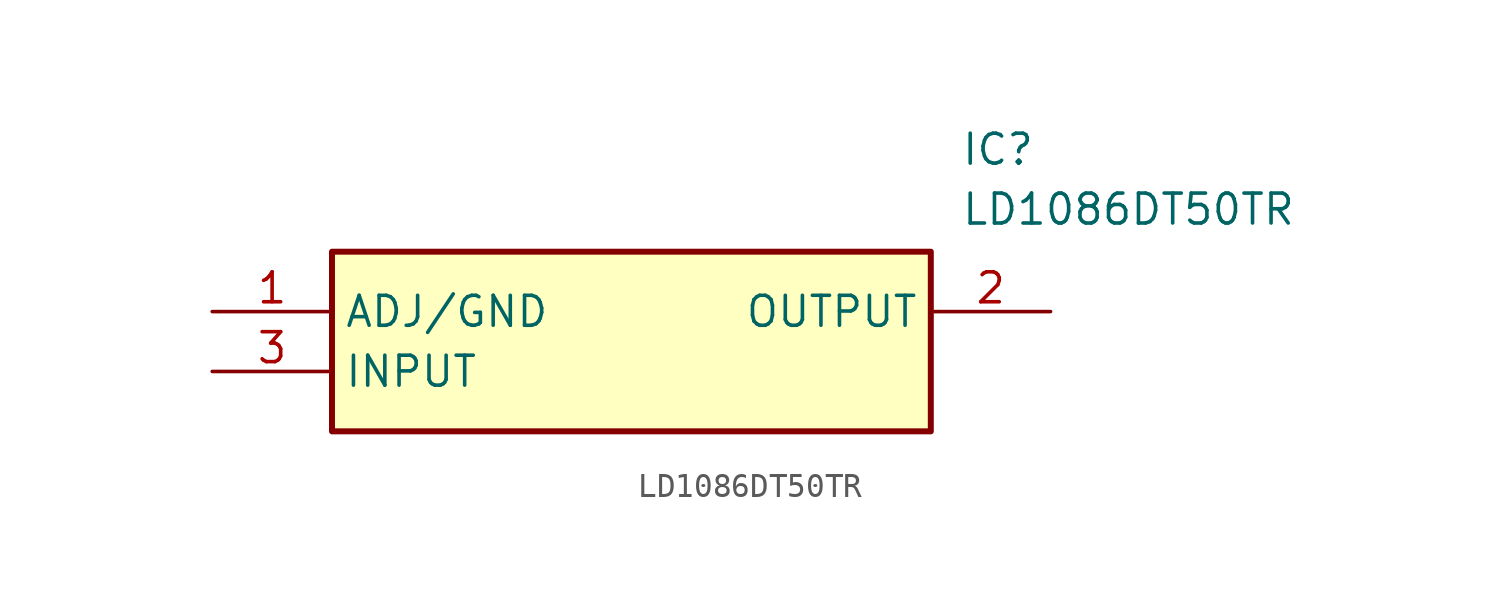
<source format=kicad_sym>
(kicad_symbol_lib
  (version 20211014)
  (generator SamacSys_ECAD_Model)
  (symbol "LD1086DT50TR"
    (property "Reference" "IC"
      (at 31.75 7.62 0)
      (effects (font (size 1.27 1.27)) (justify left top)))
    (property "Value" "LD1086DT50TR"
      (at 31.75 5.08 0)
      (effects (font (size 1.27 1.27)) (justify left top)))
    (rectangle
      (start 5.08 2.54)
      (end 30.48 -5.08)
      (stroke (width 0.254) (type default))
      (fill (type background)))
    (pin passive line
      (at 0 0 0)
      (length 5.08)
      (name "ADJ/GND" (effects (font (size 1.27 1.27))))
      (number "1" (effects (font (size 1.27 1.27)))))
    (pin passive line
      (at 35.56 0 180)
      (length 5.08)
      (name "OUTPUT" (effects (font (size 1.27 1.27))))
      (number "2" (effects (font (size 1.27 1.27)))))
    (pin passive line
      (at 0 -2.54 0)
      (length 5.08)
      (name "INPUT" (effects (font (size 1.27 1.27))))
      (number "3" (effects (font (size 1.27 1.27)))))))
</source>
